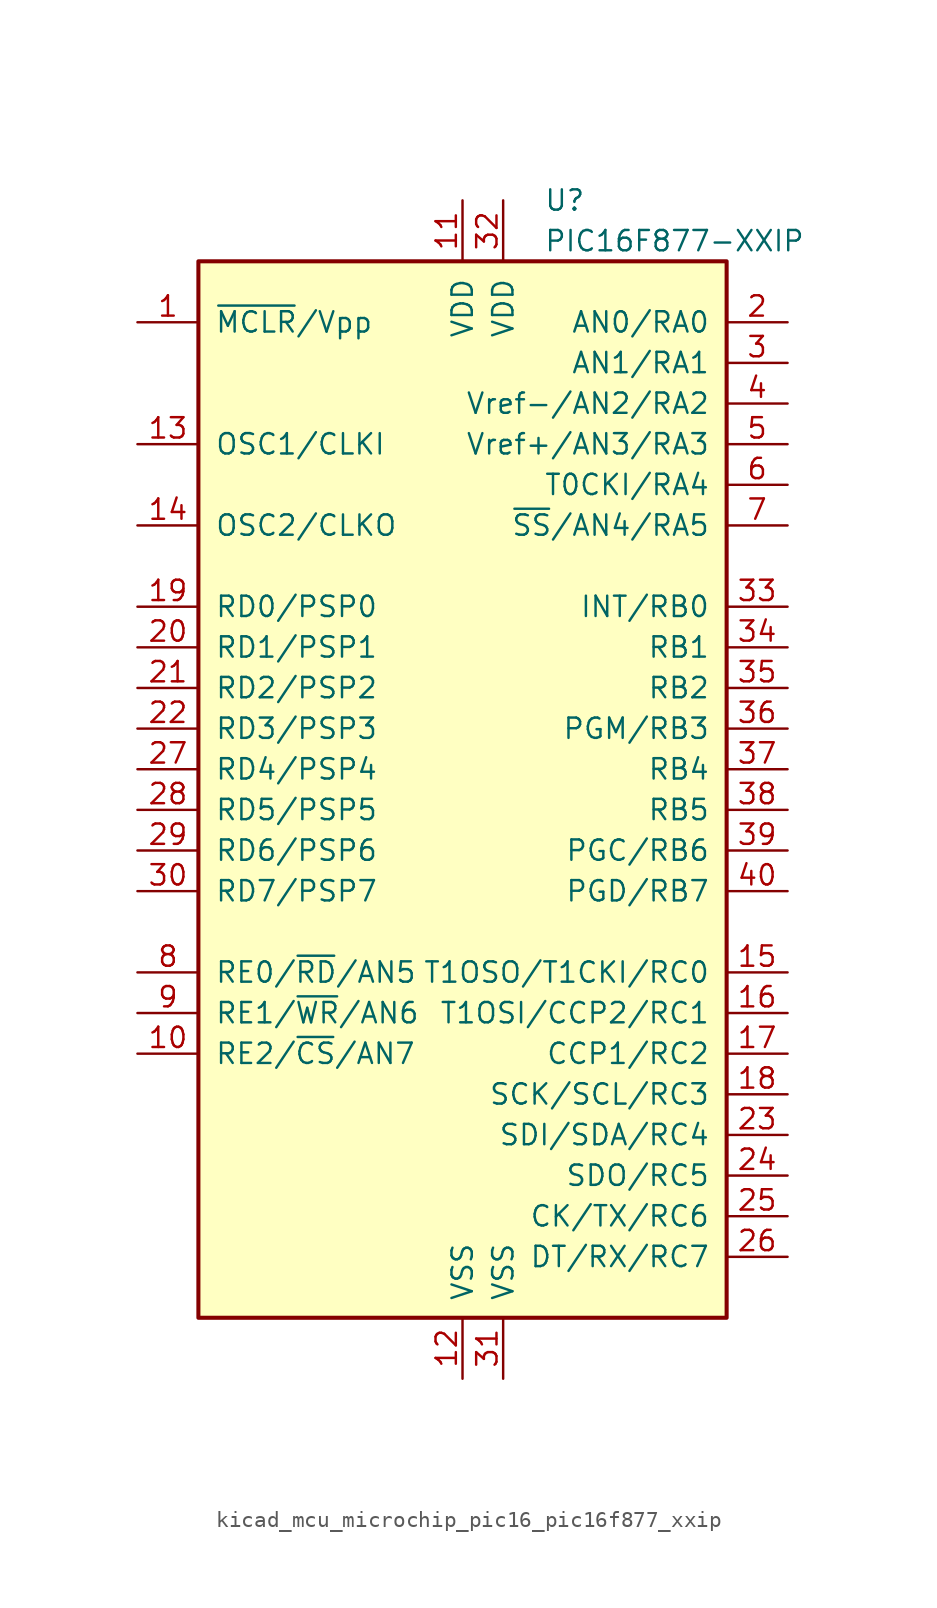
<source format=kicad_sym>
(kicad_symbol_lib
  (version 20220914)
  (generator kicad_symbol_editor)
  (symbol "kicad_mcu_microchip_pic16_pic16f877_xxip"
    (pin_names
      (offset 1.016))
    (property "Reference" "U"
      (at 5.08 35.56 0)
      (effects (font (size 1.27 1.27)) (justify left)))
    (property "Value" "PIC16F877-XXIP"
      (at 5.08 33.02 0)
      (effects (font (size 1.27 1.27)) (justify left)))
    (symbol "kicad_mcu_microchip_pic16_pic16f877_xxip_0_1"
      (rectangle (start -16.51 31.75) (end 16.51 -34.29) (stroke (width 0.254) (type default)) (fill (type background))))
    (symbol "kicad_mcu_microchip_pic16_pic16f877_xxip_1_1"
      (pin input line (at -20.32 27.94 0) (length 3.81) (name "~{MCLR}/Vpp" (effects (font (size 1.27 1.27)))) (number "1" (effects (font (size 1.27 1.27)))))
      (pin bidirectional line (at -20.32 -17.78 0) (length 3.81) (name "RE2/~{CS}/AN7" (effects (font (size 1.27 1.27)))) (number "10" (effects (font (size 1.27 1.27)))))
      (pin power_in line (at 0 35.56 270) (length 3.81) (name "VDD" (effects (font (size 1.27 1.27)))) (number "11" (effects (font (size 1.27 1.27)))))
      (pin power_in line (at 0 -38.1 90) (length 3.81) (name "VSS" (effects (font (size 1.27 1.27)))) (number "12" (effects (font (size 1.27 1.27)))))
      (pin input line (at -20.32 20.32 0) (length 3.81) (name "OSC1/CLKI" (effects (font (size 1.27 1.27)))) (number "13" (effects (font (size 1.27 1.27)))))
      (pin output line (at -20.32 15.24 0) (length 3.81) (name "OSC2/CLKO" (effects (font (size 1.27 1.27)))) (number "14" (effects (font (size 1.27 1.27)))))
      (pin bidirectional line (at 20.32 -12.7 180) (length 3.81) (name "T1OSO/T1CKI/RC0" (effects (font (size 1.27 1.27)))) (number "15" (effects (font (size 1.27 1.27)))))
      (pin bidirectional line (at 20.32 -15.24 180) (length 3.81) (name "T1OSI/CCP2/RC1" (effects (font (size 1.27 1.27)))) (number "16" (effects (font (size 1.27 1.27)))))
      (pin bidirectional line (at 20.32 -17.78 180) (length 3.81) (name "CCP1/RC2" (effects (font (size 1.27 1.27)))) (number "17" (effects (font (size 1.27 1.27)))))
      (pin bidirectional line (at 20.32 -20.32 180) (length 3.81) (name "SCK/SCL/RC3" (effects (font (size 1.27 1.27)))) (number "18" (effects (font (size 1.27 1.27)))))
      (pin bidirectional line (at -20.32 10.16 0) (length 3.81) (name "RD0/PSP0" (effects (font (size 1.27 1.27)))) (number "19" (effects (font (size 1.27 1.27)))))
      (pin bidirectional line (at 20.32 27.94 180) (length 3.81) (name "AN0/RA0" (effects (font (size 1.27 1.27)))) (number "2" (effects (font (size 1.27 1.27)))))
      (pin bidirectional line (at -20.32 7.62 0) (length 3.81) (name "RD1/PSP1" (effects (font (size 1.27 1.27)))) (number "20" (effects (font (size 1.27 1.27)))))
      (pin bidirectional line (at -20.32 5.08 0) (length 3.81) (name "RD2/PSP2" (effects (font (size 1.27 1.27)))) (number "21" (effects (font (size 1.27 1.27)))))
      (pin bidirectional line (at -20.32 2.54 0) (length 3.81) (name "RD3/PSP3" (effects (font (size 1.27 1.27)))) (number "22" (effects (font (size 1.27 1.27)))))
      (pin bidirectional line (at 20.32 -22.86 180) (length 3.81) (name "SDI/SDA/RC4" (effects (font (size 1.27 1.27)))) (number "23" (effects (font (size 1.27 1.27)))))
      (pin bidirectional line (at 20.32 -25.4 180) (length 3.81) (name "SDO/RC5" (effects (font (size 1.27 1.27)))) (number "24" (effects (font (size 1.27 1.27)))))
      (pin bidirectional line (at 20.32 -27.94 180) (length 3.81) (name "CK/TX/RC6" (effects (font (size 1.27 1.27)))) (number "25" (effects (font (size 1.27 1.27)))))
      (pin bidirectional line (at 20.32 -30.48 180) (length 3.81) (name "DT/RX/RC7" (effects (font (size 1.27 1.27)))) (number "26" (effects (font (size 1.27 1.27)))))
      (pin bidirectional line (at -20.32 0 0) (length 3.81) (name "RD4/PSP4" (effects (font (size 1.27 1.27)))) (number "27" (effects (font (size 1.27 1.27)))))
      (pin bidirectional line (at -20.32 -2.54 0) (length 3.81) (name "RD5/PSP5" (effects (font (size 1.27 1.27)))) (number "28" (effects (font (size 1.27 1.27)))))
      (pin bidirectional line (at -20.32 -5.08 0) (length 3.81) (name "RD6/PSP6" (effects (font (size 1.27 1.27)))) (number "29" (effects (font (size 1.27 1.27)))))
      (pin bidirectional line (at 20.32 25.4 180) (length 3.81) (name "AN1/RA1" (effects (font (size 1.27 1.27)))) (number "3" (effects (font (size 1.27 1.27)))))
      (pin bidirectional line (at -20.32 -7.62 0) (length 3.81) (name "RD7/PSP7" (effects (font (size 1.27 1.27)))) (number "30" (effects (font (size 1.27 1.27)))))
      (pin power_in line (at 2.54 -38.1 90) (length 3.81) (name "VSS" (effects (font (size 1.27 1.27)))) (number "31" (effects (font (size 1.27 1.27)))))
      (pin power_in line (at 2.54 35.56 270) (length 3.81) (name "VDD" (effects (font (size 1.27 1.27)))) (number "32" (effects (font (size 1.27 1.27)))))
      (pin bidirectional line (at 20.32 10.16 180) (length 3.81) (name "INT/RB0" (effects (font (size 1.27 1.27)))) (number "33" (effects (font (size 1.27 1.27)))))
      (pin bidirectional line (at 20.32 7.62 180) (length 3.81) (name "RB1" (effects (font (size 1.27 1.27)))) (number "34" (effects (font (size 1.27 1.27)))))
      (pin bidirectional line (at 20.32 5.08 180) (length 3.81) (name "RB2" (effects (font (size 1.27 1.27)))) (number "35" (effects (font (size 1.27 1.27)))))
      (pin bidirectional line (at 20.32 2.54 180) (length 3.81) (name "PGM/RB3" (effects (font (size 1.27 1.27)))) (number "36" (effects (font (size 1.27 1.27)))))
      (pin bidirectional line (at 20.32 0 180) (length 3.81) (name "RB4" (effects (font (size 1.27 1.27)))) (number "37" (effects (font (size 1.27 1.27)))))
      (pin bidirectional line (at 20.32 -2.54 180) (length 3.81) (name "RB5" (effects (font (size 1.27 1.27)))) (number "38" (effects (font (size 1.27 1.27)))))
      (pin bidirectional line (at 20.32 -5.08 180) (length 3.81) (name "PGC/RB6" (effects (font (size 1.27 1.27)))) (number "39" (effects (font (size 1.27 1.27)))))
      (pin bidirectional line (at 20.32 22.86 180) (length 3.81) (name "Vref-/AN2/RA2" (effects (font (size 1.27 1.27)))) (number "4" (effects (font (size 1.27 1.27)))))
      (pin bidirectional line (at 20.32 -7.62 180) (length 3.81) (name "PGD/RB7" (effects (font (size 1.27 1.27)))) (number "40" (effects (font (size 1.27 1.27)))))
      (pin bidirectional line (at 20.32 20.32 180) (length 3.81) (name "Vref+/AN3/RA3" (effects (font (size 1.27 1.27)))) (number "5" (effects (font (size 1.27 1.27)))))
      (pin bidirectional line (at 20.32 17.78 180) (length 3.81) (name "T0CKI/RA4" (effects (font (size 1.27 1.27)))) (number "6" (effects (font (size 1.27 1.27)))))
      (pin bidirectional line (at 20.32 15.24 180) (length 3.81) (name "~{SS}/AN4/RA5" (effects (font (size 1.27 1.27)))) (number "7" (effects (font (size 1.27 1.27)))))
      (pin bidirectional line (at -20.32 -12.7 0) (length 3.81) (name "RE0/~{RD}/AN5" (effects (font (size 1.27 1.27)))) (number "8" (effects (font (size 1.27 1.27)))))
      (pin bidirectional line (at -20.32 -15.24 0) (length 3.81) (name "RE1/~{WR}/AN6" (effects (font (size 1.27 1.27)))) (number "9" (effects (font (size 1.27 1.27))))))))
</source>
